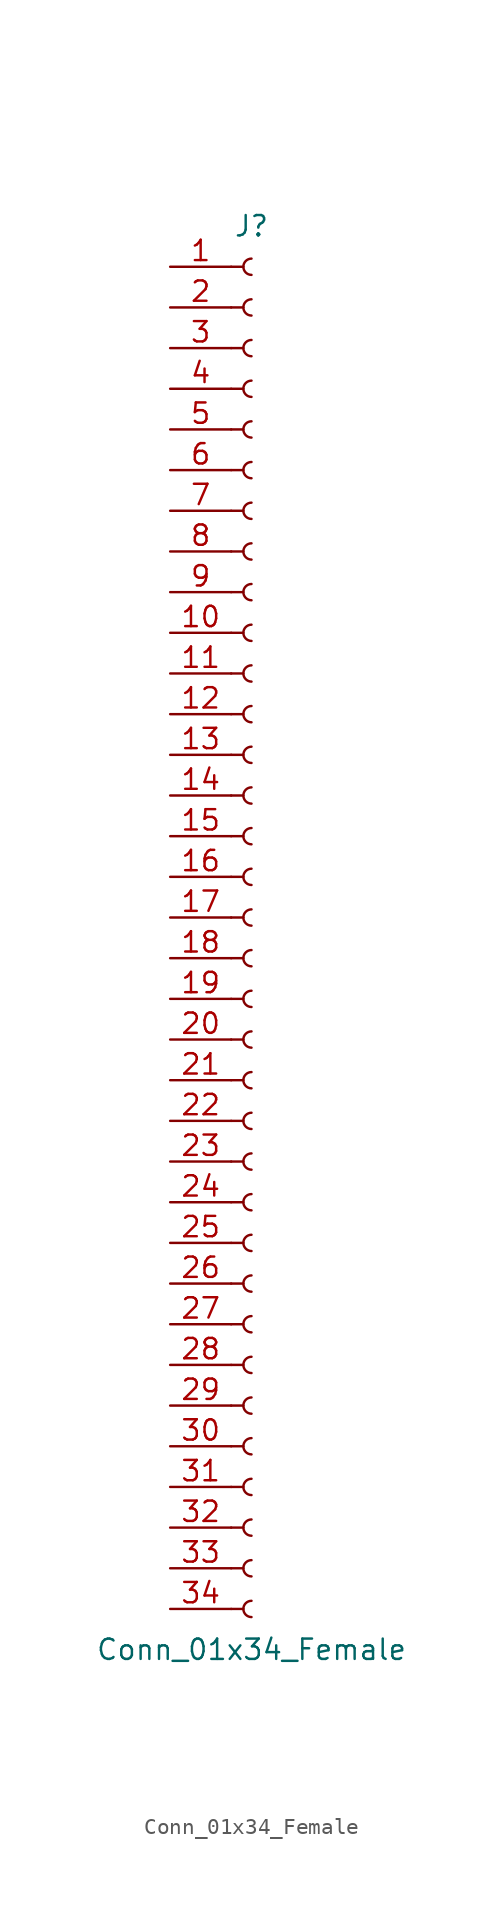
<source format=kicad_sym>
(kicad_symbol_lib
  (version 20220914)
  (generator kicad_symbol_editor)
  (symbol "Conn_01x34_Female"
    (pin_names
      (offset 1.016) hide)
    (property "Reference" "J"
      (at 0 43.18 0)
      (effects (font (size 1.27 1.27))))
    (property "Value" "Conn_01x34_Female"
      (at 0 -45.72 0)
      (effects (font (size 1.27 1.27))))
    (symbol "Conn_01x34_Female_1_1"
      (arc (start 0 -42.672) (mid -0.5058 -43.18) (end 0 -43.688) (stroke (width 0.1524) (type default)) (fill (type none)))
      (arc (start 0 -40.132) (mid -0.5058 -40.64) (end 0 -41.148) (stroke (width 0.1524) (type default)) (fill (type none)))
      (arc (start 0 -37.592) (mid -0.5058 -38.1) (end 0 -38.608) (stroke (width 0.1524) (type default)) (fill (type none)))
      (arc (start 0 -35.052) (mid -0.5058 -35.56) (end 0 -36.068) (stroke (width 0.1524) (type default)) (fill (type none)))
      (arc (start 0 -32.512) (mid -0.5058 -33.02) (end 0 -33.528) (stroke (width 0.1524) (type default)) (fill (type none)))
      (arc (start 0 -29.972) (mid -0.5058 -30.48) (end 0 -30.988) (stroke (width 0.1524) (type default)) (fill (type none)))
      (arc (start 0 -27.432) (mid -0.5058 -27.94) (end 0 -28.448) (stroke (width 0.1524) (type default)) (fill (type none)))
      (arc (start 0 -24.892) (mid -0.5058 -25.4) (end 0 -25.908) (stroke (width 0.1524) (type default)) (fill (type none)))
      (arc (start 0 -22.352) (mid -0.5058 -22.86) (end 0 -23.368) (stroke (width 0.1524) (type default)) (fill (type none)))
      (arc (start 0 -19.812) (mid -0.5058 -20.32) (end 0 -20.828) (stroke (width 0.1524) (type default)) (fill (type none)))
      (arc (start 0 -17.272) (mid -0.5058 -17.78) (end 0 -18.288) (stroke (width 0.1524) (type default)) (fill (type none)))
      (arc (start 0 -14.732) (mid -0.5058 -15.24) (end 0 -15.748) (stroke (width 0.1524) (type default)) (fill (type none)))
      (arc (start 0 -12.192) (mid -0.5058 -12.7) (end 0 -13.208) (stroke (width 0.1524) (type default)) (fill (type none)))
      (arc (start 0 -9.652) (mid -0.5058 -10.16) (end 0 -10.668) (stroke (width 0.1524) (type default)) (fill (type none)))
      (arc (start 0 -7.112) (mid -0.5058 -7.62) (end 0 -8.128) (stroke (width 0.1524) (type default)) (fill (type none)))
      (arc (start 0 -4.572) (mid -0.5058 -5.08) (end 0 -5.588) (stroke (width 0.1524) (type default)) (fill (type none)))
      (arc (start 0 -2.032) (mid -0.5058 -2.54) (end 0 -3.048) (stroke (width 0.1524) (type default)) (fill (type none)))
      (polyline (pts (xy -1.27 -43.18) (xy -0.508 -43.18)) (stroke (width 0.152) (type default)) (fill (type none)))
      (polyline (pts (xy -1.27 -40.64) (xy -0.508 -40.64)) (stroke (width 0.152) (type default)) (fill (type none)))
      (polyline (pts (xy -1.27 -38.1) (xy -0.508 -38.1)) (stroke (width 0.152) (type default)) (fill (type none)))
      (polyline (pts (xy -1.27 -35.56) (xy -0.508 -35.56)) (stroke (width 0.152) (type default)) (fill (type none)))
      (polyline (pts (xy -1.27 -33.02) (xy -0.508 -33.02)) (stroke (width 0.152) (type default)) (fill (type none)))
      (polyline (pts (xy -1.27 -30.48) (xy -0.508 -30.48)) (stroke (width 0.152) (type default)) (fill (type none)))
      (polyline (pts (xy -1.27 -27.94) (xy -0.508 -27.94)) (stroke (width 0.152) (type default)) (fill (type none)))
      (polyline (pts (xy -1.27 -25.4) (xy -0.508 -25.4)) (stroke (width 0.152) (type default)) (fill (type none)))
      (polyline (pts (xy -1.27 -22.86) (xy -0.508 -22.86)) (stroke (width 0.152) (type default)) (fill (type none)))
      (polyline (pts (xy -1.27 -20.32) (xy -0.508 -20.32)) (stroke (width 0.152) (type default)) (fill (type none)))
      (polyline (pts (xy -1.27 -17.78) (xy -0.508 -17.78)) (stroke (width 0.152) (type default)) (fill (type none)))
      (polyline (pts (xy -1.27 -15.24) (xy -0.508 -15.24)) (stroke (width 0.152) (type default)) (fill (type none)))
      (polyline (pts (xy -1.27 -12.7) (xy -0.508 -12.7)) (stroke (width 0.152) (type default)) (fill (type none)))
      (polyline (pts (xy -1.27 -10.16) (xy -0.508 -10.16)) (stroke (width 0.152) (type default)) (fill (type none)))
      (polyline (pts (xy -1.27 -7.62) (xy -0.508 -7.62)) (stroke (width 0.152) (type default)) (fill (type none)))
      (polyline (pts (xy -1.27 -5.08) (xy -0.508 -5.08)) (stroke (width 0.152) (type default)) (fill (type none)))
      (polyline (pts (xy -1.27 -2.54) (xy -0.508 -2.54)) (stroke (width 0.152) (type default)) (fill (type none)))
      (polyline (pts (xy -1.27 0) (xy -0.508 0)) (stroke (width 0.152) (type default)) (fill (type none)))
      (polyline (pts (xy -1.27 2.54) (xy -0.508 2.54)) (stroke (width 0.152) (type default)) (fill (type none)))
      (polyline (pts (xy -1.27 5.08) (xy -0.508 5.08)) (stroke (width 0.152) (type default)) (fill (type none)))
      (polyline (pts (xy -1.27 7.62) (xy -0.508 7.62)) (stroke (width 0.152) (type default)) (fill (type none)))
      (polyline (pts (xy -1.27 10.16) (xy -0.508 10.16)) (stroke (width 0.152) (type default)) (fill (type none)))
      (polyline (pts (xy -1.27 12.7) (xy -0.508 12.7)) (stroke (width 0.152) (type default)) (fill (type none)))
      (polyline (pts (xy -1.27 15.24) (xy -0.508 15.24)) (stroke (width 0.152) (type default)) (fill (type none)))
      (polyline (pts (xy -1.27 17.78) (xy -0.508 17.78)) (stroke (width 0.152) (type default)) (fill (type none)))
      (polyline (pts (xy -1.27 20.32) (xy -0.508 20.32)) (stroke (width 0.152) (type default)) (fill (type none)))
      (polyline (pts (xy -1.27 22.86) (xy -0.508 22.86)) (stroke (width 0.152) (type default)) (fill (type none)))
      (polyline (pts (xy -1.27 25.4) (xy -0.508 25.4)) (stroke (width 0.152) (type default)) (fill (type none)))
      (polyline (pts (xy -1.27 27.94) (xy -0.508 27.94)) (stroke (width 0.152) (type default)) (fill (type none)))
      (polyline (pts (xy -1.27 30.48) (xy -0.508 30.48)) (stroke (width 0.152) (type default)) (fill (type none)))
      (polyline (pts (xy -1.27 33.02) (xy -0.508 33.02)) (stroke (width 0.152) (type default)) (fill (type none)))
      (polyline (pts (xy -1.27 35.56) (xy -0.508 35.56)) (stroke (width 0.152) (type default)) (fill (type none)))
      (polyline (pts (xy -1.27 38.1) (xy -0.508 38.1)) (stroke (width 0.152) (type default)) (fill (type none)))
      (polyline (pts (xy -1.27 40.64) (xy -0.508 40.64)) (stroke (width 0.152) (type default)) (fill (type none)))
      (arc (start 0 0.508) (mid -0.5058 0) (end 0 -0.508) (stroke (width 0.1524) (type default)) (fill (type none)))
      (arc (start 0 3.048) (mid -0.5058 2.54) (end 0 2.032) (stroke (width 0.1524) (type default)) (fill (type none)))
      (arc (start 0 5.588) (mid -0.5058 5.08) (end 0 4.572) (stroke (width 0.1524) (type default)) (fill (type none)))
      (arc (start 0 8.128) (mid -0.5058 7.62) (end 0 7.112) (stroke (width 0.1524) (type default)) (fill (type none)))
      (arc (start 0 10.668) (mid -0.5058 10.16) (end 0 9.652) (stroke (width 0.1524) (type default)) (fill (type none)))
      (arc (start 0 13.208) (mid -0.5058 12.7) (end 0 12.192) (stroke (width 0.1524) (type default)) (fill (type none)))
      (arc (start 0 15.748) (mid -0.5058 15.24) (end 0 14.732) (stroke (width 0.1524) (type default)) (fill (type none)))
      (arc (start 0 18.288) (mid -0.5058 17.78) (end 0 17.272) (stroke (width 0.1524) (type default)) (fill (type none)))
      (arc (start 0 20.828) (mid -0.5058 20.32) (end 0 19.812) (stroke (width 0.1524) (type default)) (fill (type none)))
      (arc (start 0 23.368) (mid -0.5058 22.86) (end 0 22.352) (stroke (width 0.1524) (type default)) (fill (type none)))
      (arc (start 0 25.908) (mid -0.5058 25.4) (end 0 24.892) (stroke (width 0.1524) (type default)) (fill (type none)))
      (arc (start 0 28.448) (mid -0.5058 27.94) (end 0 27.432) (stroke (width 0.1524) (type default)) (fill (type none)))
      (arc (start 0 30.988) (mid -0.5058 30.48) (end 0 29.972) (stroke (width 0.1524) (type default)) (fill (type none)))
      (arc (start 0 33.528) (mid -0.5058 33.02) (end 0 32.512) (stroke (width 0.1524) (type default)) (fill (type none)))
      (arc (start 0 36.068) (mid -0.5058 35.56) (end 0 35.052) (stroke (width 0.1524) (type default)) (fill (type none)))
      (arc (start 0 38.608) (mid -0.5058 38.1) (end 0 37.592) (stroke (width 0.1524) (type default)) (fill (type none)))
      (arc (start 0 41.148) (mid -0.5058 40.64) (end 0 40.132) (stroke (width 0.1524) (type default)) (fill (type none)))
      (pin passive line (at -5.08 40.64 0) (length 3.81) (name "Pin_1" (effects (font (size 1.27 1.27)))) (number "1" (effects (font (size 1.27 1.27)))))
      (pin passive line (at -5.08 17.78 0) (length 3.81) (name "Pin_10" (effects (font (size 1.27 1.27)))) (number "10" (effects (font (size 1.27 1.27)))))
      (pin passive line (at -5.08 15.24 0) (length 3.81) (name "Pin_11" (effects (font (size 1.27 1.27)))) (number "11" (effects (font (size 1.27 1.27)))))
      (pin passive line (at -5.08 12.7 0) (length 3.81) (name "Pin_12" (effects (font (size 1.27 1.27)))) (number "12" (effects (font (size 1.27 1.27)))))
      (pin passive line (at -5.08 10.16 0) (length 3.81) (name "Pin_13" (effects (font (size 1.27 1.27)))) (number "13" (effects (font (size 1.27 1.27)))))
      (pin passive line (at -5.08 7.62 0) (length 3.81) (name "Pin_14" (effects (font (size 1.27 1.27)))) (number "14" (effects (font (size 1.27 1.27)))))
      (pin passive line (at -5.08 5.08 0) (length 3.81) (name "Pin_15" (effects (font (size 1.27 1.27)))) (number "15" (effects (font (size 1.27 1.27)))))
      (pin passive line (at -5.08 2.54 0) (length 3.81) (name "Pin_16" (effects (font (size 1.27 1.27)))) (number "16" (effects (font (size 1.27 1.27)))))
      (pin passive line (at -5.08 0 0) (length 3.81) (name "Pin_17" (effects (font (size 1.27 1.27)))) (number "17" (effects (font (size 1.27 1.27)))))
      (pin passive line (at -5.08 -2.54 0) (length 3.81) (name "Pin_18" (effects (font (size 1.27 1.27)))) (number "18" (effects (font (size 1.27 1.27)))))
      (pin passive line (at -5.08 -5.08 0) (length 3.81) (name "Pin_19" (effects (font (size 1.27 1.27)))) (number "19" (effects (font (size 1.27 1.27)))))
      (pin passive line (at -5.08 38.1 0) (length 3.81) (name "Pin_2" (effects (font (size 1.27 1.27)))) (number "2" (effects (font (size 1.27 1.27)))))
      (pin passive line (at -5.08 -7.62 0) (length 3.81) (name "Pin_20" (effects (font (size 1.27 1.27)))) (number "20" (effects (font (size 1.27 1.27)))))
      (pin passive line (at -5.08 -10.16 0) (length 3.81) (name "Pin_21" (effects (font (size 1.27 1.27)))) (number "21" (effects (font (size 1.27 1.27)))))
      (pin passive line (at -5.08 -12.7 0) (length 3.81) (name "Pin_22" (effects (font (size 1.27 1.27)))) (number "22" (effects (font (size 1.27 1.27)))))
      (pin passive line (at -5.08 -15.24 0) (length 3.81) (name "Pin_23" (effects (font (size 1.27 1.27)))) (number "23" (effects (font (size 1.27 1.27)))))
      (pin passive line (at -5.08 -17.78 0) (length 3.81) (name "Pin_24" (effects (font (size 1.27 1.27)))) (number "24" (effects (font (size 1.27 1.27)))))
      (pin passive line (at -5.08 -20.32 0) (length 3.81) (name "Pin_25" (effects (font (size 1.27 1.27)))) (number "25" (effects (font (size 1.27 1.27)))))
      (pin passive line (at -5.08 -22.86 0) (length 3.81) (name "Pin_26" (effects (font (size 1.27 1.27)))) (number "26" (effects (font (size 1.27 1.27)))))
      (pin passive line (at -5.08 -25.4 0) (length 3.81) (name "Pin_27" (effects (font (size 1.27 1.27)))) (number "27" (effects (font (size 1.27 1.27)))))
      (pin passive line (at -5.08 -27.94 0) (length 3.81) (name "Pin_28" (effects (font (size 1.27 1.27)))) (number "28" (effects (font (size 1.27 1.27)))))
      (pin passive line (at -5.08 -30.48 0) (length 3.81) (name "Pin_29" (effects (font (size 1.27 1.27)))) (number "29" (effects (font (size 1.27 1.27)))))
      (pin passive line (at -5.08 35.56 0) (length 3.81) (name "Pin_3" (effects (font (size 1.27 1.27)))) (number "3" (effects (font (size 1.27 1.27)))))
      (pin passive line (at -5.08 -33.02 0) (length 3.81) (name "Pin_30" (effects (font (size 1.27 1.27)))) (number "30" (effects (font (size 1.27 1.27)))))
      (pin passive line (at -5.08 -35.56 0) (length 3.81) (name "Pin_31" (effects (font (size 1.27 1.27)))) (number "31" (effects (font (size 1.27 1.27)))))
      (pin passive line (at -5.08 -38.1 0) (length 3.81) (name "Pin_32" (effects (font (size 1.27 1.27)))) (number "32" (effects (font (size 1.27 1.27)))))
      (pin passive line (at -5.08 -40.64 0) (length 3.81) (name "Pin_33" (effects (font (size 1.27 1.27)))) (number "33" (effects (font (size 1.27 1.27)))))
      (pin passive line (at -5.08 -43.18 0) (length 3.81) (name "Pin_34" (effects (font (size 1.27 1.27)))) (number "34" (effects (font (size 1.27 1.27)))))
      (pin passive line (at -5.08 33.02 0) (length 3.81) (name "Pin_4" (effects (font (size 1.27 1.27)))) (number "4" (effects (font (size 1.27 1.27)))))
      (pin passive line (at -5.08 30.48 0) (length 3.81) (name "Pin_5" (effects (font (size 1.27 1.27)))) (number "5" (effects (font (size 1.27 1.27)))))
      (pin passive line (at -5.08 27.94 0) (length 3.81) (name "Pin_6" (effects (font (size 1.27 1.27)))) (number "6" (effects (font (size 1.27 1.27)))))
      (pin passive line (at -5.08 25.4 0) (length 3.81) (name "Pin_7" (effects (font (size 1.27 1.27)))) (number "7" (effects (font (size 1.27 1.27)))))
      (pin passive line (at -5.08 22.86 0) (length 3.81) (name "Pin_8" (effects (font (size 1.27 1.27)))) (number "8" (effects (font (size 1.27 1.27)))))
      (pin passive line (at -5.08 20.32 0) (length 3.81) (name "Pin_9" (effects (font (size 1.27 1.27)))) (number "9" (effects (font (size 1.27 1.27))))))))
</source>
